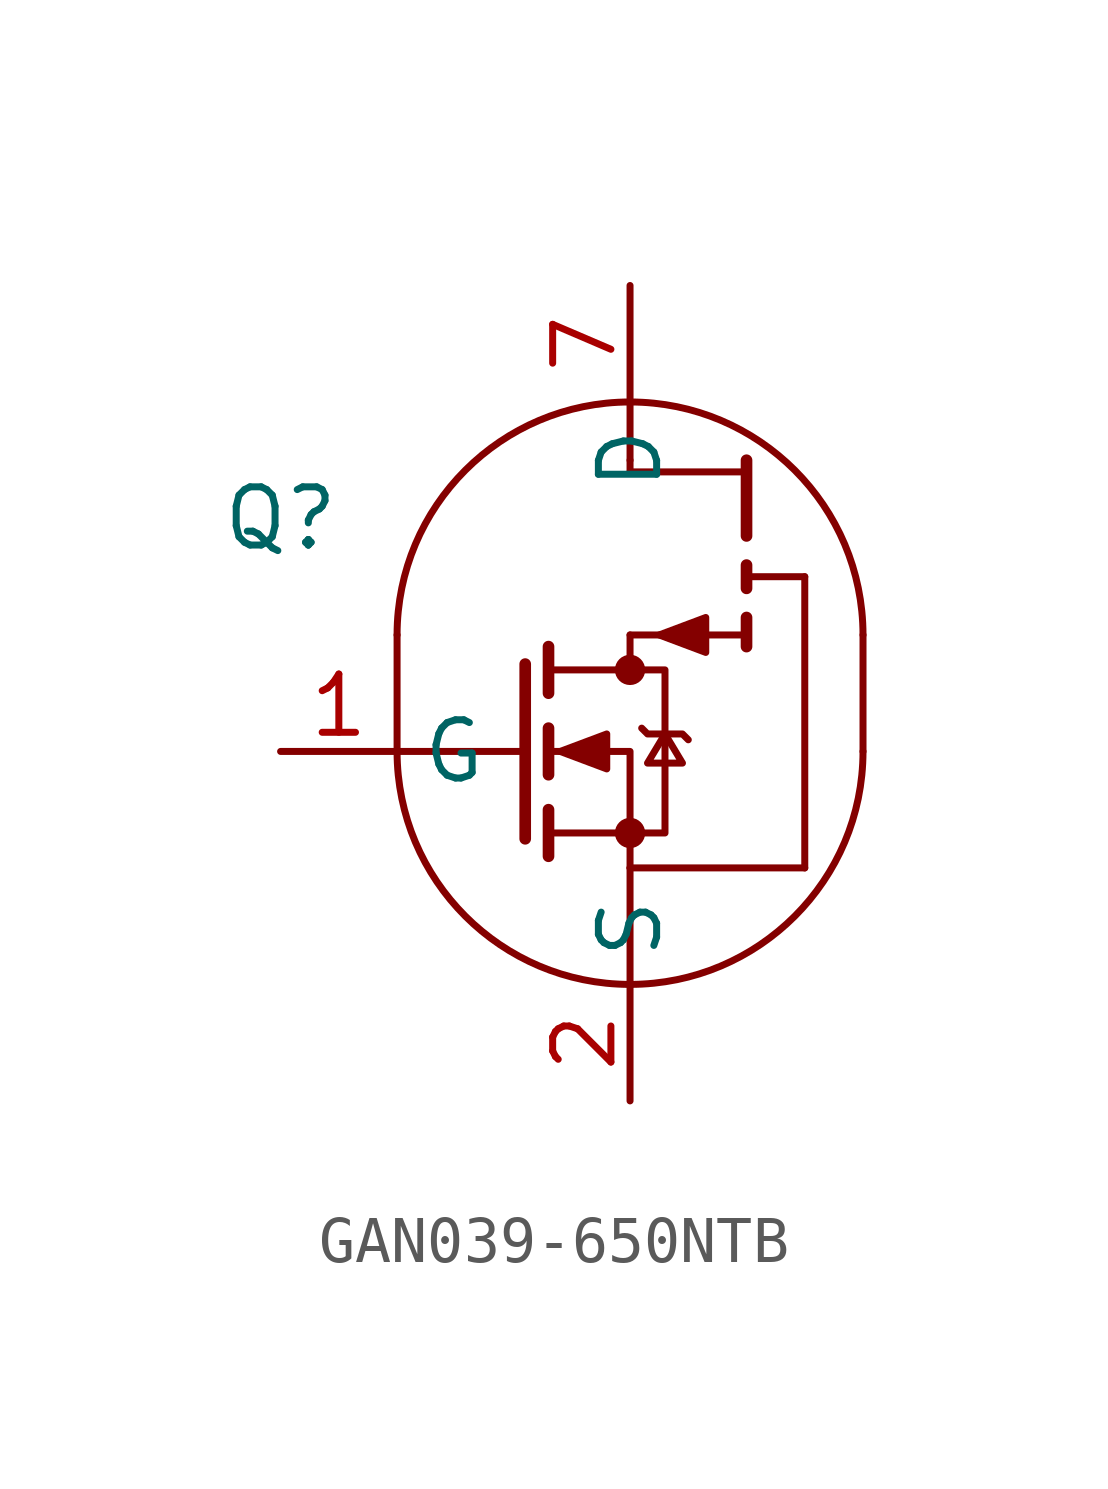
<source format=kicad_sym>
(kicad_symbol_lib
  (version 20241209)
  (generator "kicad_symbol_editor")
  (generator_version "9.0")
  (symbol "GAN039-650NTB"
    (property "Reference" "Q"
      (at 0 0 0)
      (effects (font (size 1.27 1.27))))
    (property "Value" ""
      (at 0 0 0)
      (effects (font (size 1.27 1.27))))
    (symbol "GAN039-650NTB_0_1"
      (polyline (pts (xy 2.54 -2.54) (xy 2.54 -5.08)) (stroke (width 0) (type default)) (fill (type none)))
      (polyline (pts (xy 5.334 -3.175) (xy 5.334 -6.985)) (stroke (width 0.254) (type default)) (fill (type none)))
      (polyline (pts (xy 5.334 -5.08) (xy 2.54 -5.08)) (stroke (width 0) (type default)) (fill (type none)))
      (polyline (pts (xy 5.842 -2.794) (xy 5.842 -3.81)) (stroke (width 0.254) (type default)) (fill (type none)))
      (polyline (pts (xy 5.842 -4.572) (xy 5.842 -5.588)) (stroke (width 0.254) (type default)) (fill (type none)))
      (polyline (pts (xy 5.842 -6.35) (xy 5.842 -7.366)) (stroke (width 0.254) (type default)) (fill (type none)))
      (polyline (pts (xy 5.842 -6.858) (xy 8.382 -6.858) (xy 8.382 -3.302) (xy 5.842 -3.302)) (stroke (width 0) (type default)) (fill (type none)))
      (polyline (pts (xy 6.096 -5.08) (xy 7.112 -4.699) (xy 7.112 -5.461) (xy 6.096 -5.08)) (stroke (width 0) (type default)) (fill (type outline)))
      (polyline (pts (xy 7.62 1.27) (xy 7.62 2.54)) (stroke (width 0) (type default)) (fill (type none)))
      (polyline (pts (xy 7.62 1.016) (xy 7.62 1.27)) (stroke (width 0) (type default)) (fill (type none)))
      (polyline (pts (xy 7.62 -2.54) (xy 7.62 -3.302)) (stroke (width 0) (type default)) (fill (type none)))
      (polyline (pts (xy 7.62 -2.54) (xy 10.16 -2.54)) (stroke (width 0) (type default)) (fill (type none)))
      (arc (start 2.54 -2.54) (mid 4.0279 1.0521) (end 7.62 2.54) (stroke (width 0) (type default)) (fill (type none)))
      (arc (start 7.62 2.54) (mid 11.2121 1.0521) (end 12.7 -2.54) (stroke (width 0) (type default)) (fill (type none)))
      (circle (center 7.62 -3.302) (radius 0.254) (stroke (width 0) (type default)) (fill (type outline)))
      (arc (start 7.62 -10.16) (mid 4.0279 -8.6721) (end 2.54 -5.08) (stroke (width 0) (type default)) (fill (type none)))
      (arc (start 12.7 -5.08) (mid 11.2121 -8.6721) (end 7.62 -10.16) (stroke (width 0) (type default)) (fill (type none)))
      (circle (center 7.62 -6.858) (radius 0.254) (stroke (width 0) (type default)) (fill (type outline)))
      (polyline (pts (xy 7.62 -7.62) (xy 7.62 -10.16)) (stroke (width 0) (type default)) (fill (type none)))
      (polyline (pts (xy 7.62 -7.62) (xy 7.62 -5.08) (xy 5.842 -5.08)) (stroke (width 0) (type default)) (fill (type none)))
      (polyline (pts (xy 7.874 -4.572) (xy 8.001 -4.699) (xy 8.763 -4.699) (xy 8.89 -4.826)) (stroke (width 0) (type default)) (fill (type none)))
      (polyline (pts (xy 8.255 -2.54) (xy 9.271 -2.159) (xy 9.271 -2.921) (xy 8.255 -2.54)) (stroke (width 0) (type default)) (fill (type outline)))
      (polyline (pts (xy 8.382 -4.699) (xy 8.001 -5.334) (xy 8.763 -5.334) (xy 8.382 -4.699)) (stroke (width 0) (type default)) (fill (type none)))
      (polyline (pts (xy 10.16 1.016) (xy 7.62 1.016)) (stroke (width 0) (type default)) (fill (type none)))
      (polyline (pts (xy 10.16 -1.27) (xy 11.43 -1.27)) (stroke (width 0) (type default)) (fill (type none)))
      (polyline (pts (xy 11.43 -7.62) (xy 7.62 -7.62)) (stroke (width 0) (type default)) (fill (type none)))
      (polyline (pts (xy 11.43 -7.62) (xy 11.43 -1.27)) (stroke (width 0) (type default)) (fill (type none)))
      (polyline (pts (xy 12.7 -2.54) (xy 12.7 -5.08)) (stroke (width 0) (type default)) (fill (type none))))
    (symbol "GAN039-650NTB_1_0"
      (pin passive line (at 7.62 5.08 270) (length 2.54) (hide yes) (name "D" (effects (font (size 1.27 1.27)))) (number "10" (effects (font (size 1.27 1.27)))))
      (pin passive line (at 7.62 5.08 270) (length 2.54) (hide yes) (name "D" (effects (font (size 1.27 1.27)))) (number "11" (effects (font (size 1.27 1.27)))))
      (pin passive line (at 7.62 5.08 270) (length 2.54) (hide yes) (name "D" (effects (font (size 1.27 1.27)))) (number "12" (effects (font (size 1.27 1.27)))))
      (pin passive line (at 7.62 5.08 270) (length 2.54) (name "D" (effects (font (size 1.27 1.27)))) (number "7" (effects (font (size 1.27 1.27)))))
      (pin passive line (at 7.62 5.08 270) (length 2.54) (hide yes) (name "D" (effects (font (size 1.27 1.27)))) (number "8" (effects (font (size 1.27 1.27)))))
      (pin passive line (at 7.62 5.08 270) (length 2.54) (hide yes) (name "D" (effects (font (size 1.27 1.27)))) (number "9" (effects (font (size 1.27 1.27)))))
      (pin passive line (at 7.62 -12.7 90) (length 2.54) (hide yes) (name "S" (effects (font (size 1.27 1.27)))) (number "3" (effects (font (size 1.27 1.27)))))
      (pin passive line (at 7.62 -12.7 90) (length 2.54) (hide yes) (name "S" (effects (font (size 1.27 1.27)))) (number "4" (effects (font (size 1.27 1.27)))))
      (pin passive line (at 7.62 -12.7 90) (length 2.54) (hide yes) (name "S" (effects (font (size 1.27 1.27)))) (number "5" (effects (font (size 1.27 1.27)))))
      (pin passive line (at 7.62 -12.7 90) (length 2.54) (hide yes) (name "S" (effects (font (size 1.27 1.27)))) (number "6" (effects (font (size 1.27 1.27))))))
    (symbol "GAN039-650NTB_1_1"
      (polyline (pts (xy 10.16 -0.381) (xy 10.16 1.27)) (stroke (width 0.254) (type default)) (fill (type none)))
      (polyline (pts (xy 10.16 -1.016) (xy 10.16 -1.524)) (stroke (width 0.254) (type default)) (fill (type none)))
      (polyline (pts (xy 10.16 -2.159) (xy 10.16 -2.794)) (stroke (width 0.254) (type default)) (fill (type none)))
      (pin passive line (at 0 -5.08 0) (length 2.54) (name "G" (effects (font (size 1.27 1.27)))) (number "1" (effects (font (size 1.27 1.27)))))
      (pin passive line (at 7.62 -12.7 90) (length 2.54) (name "S" (effects (font (size 1.27 1.27)))) (number "2" (effects (font (size 1.27 1.27))))))))
</source>
